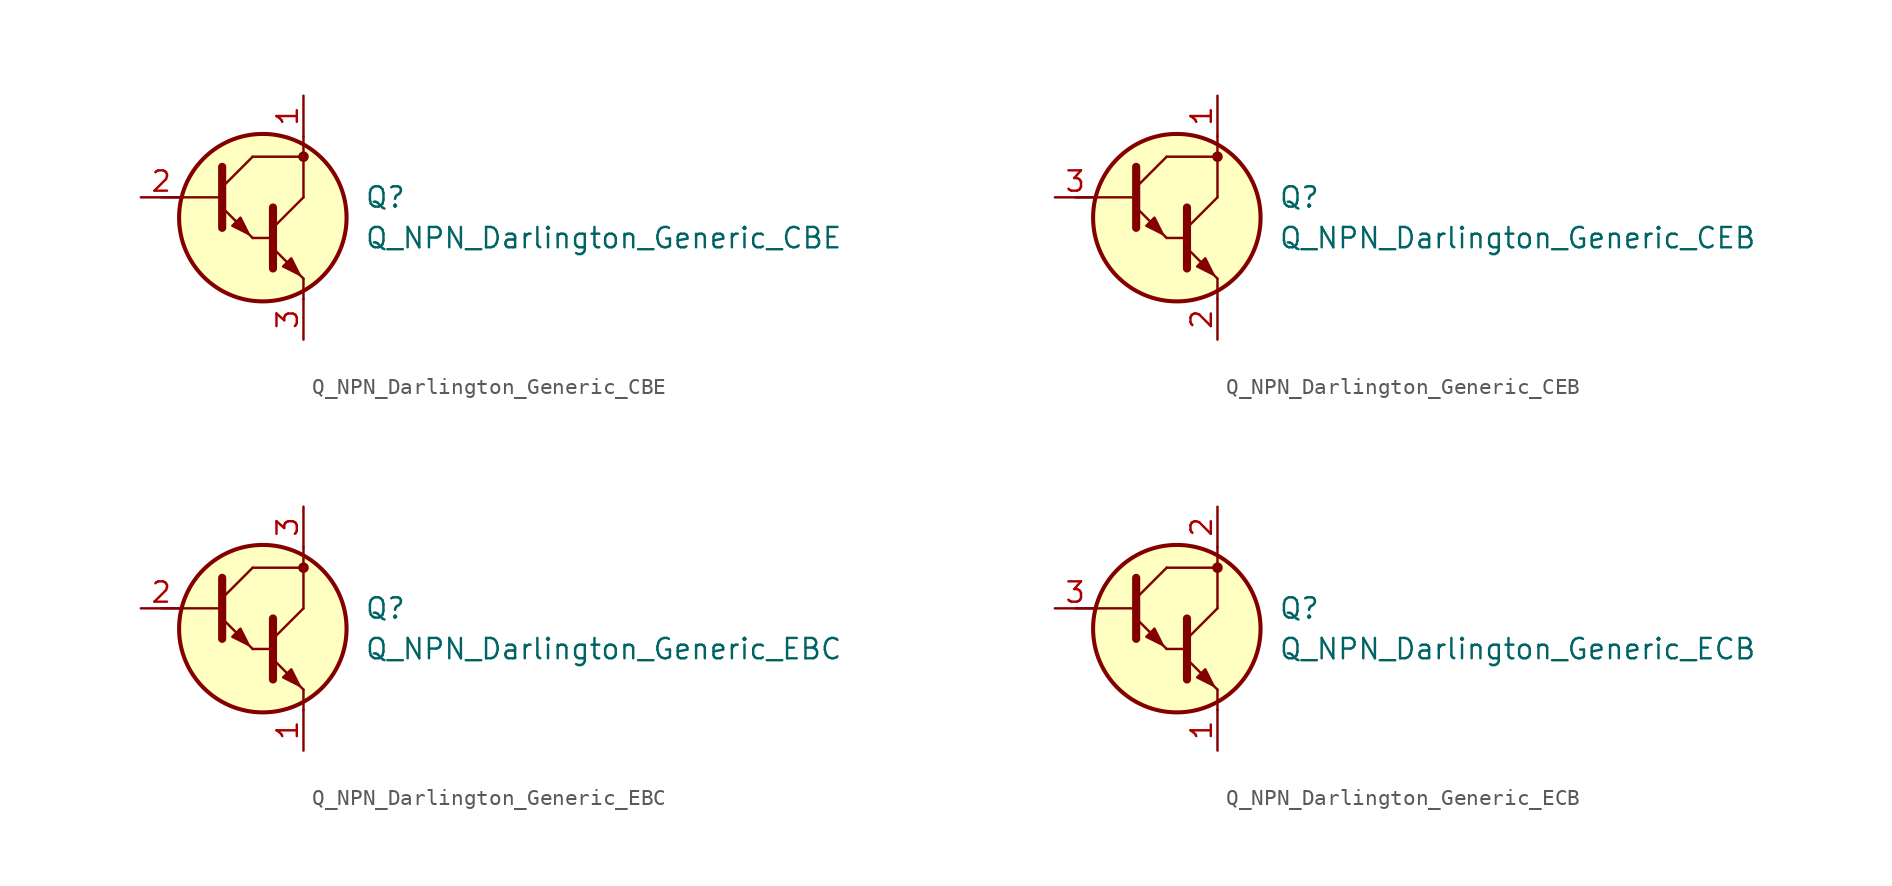
<source format=kicad_sym>
(kicad_symbol_lib
  (version 20211014)
  (generator kicad_symbol_editor)
  (symbol "Transistor_BJT_Darlington:Q_NPN_Darlington_Generic_CBE"
    (pin_names hide)
    (property "Reference" "Q"
      (at 6.35 1.27 0)
      (effects (font (size 1.27 1.27)) (justify left)))
    (property "Value" "Q_NPN_Darlington_Generic_CBE"
      (at 6.35 -1.27 0)
      (effects (font (size 1.27 1.27)) (justify left)))
    (symbol "Q_NPN_Darlington_Generic_CBE_0_1"
      (polyline (pts (xy -6.35 1.27) (xy -2.54 1.27)) (stroke (width 0) (type default) (color 0 0 0 0)) (fill (type none)))
      (polyline (pts (xy -0.635 -1.27) (xy 0.635 -1.27)) (stroke (width 0) (type default) (color 0 0 0 0)) (fill (type none)))
      (polyline (pts (xy 0.635 -0.635) (xy 2.54 1.27)) (stroke (width 0) (type default) (color 0 0 0 0)) (fill (type none)))
      (polyline (pts (xy 2.54 -5.08) (xy 2.54 -3.81)) (stroke (width 0) (type default) (color 0 0 0 0)) (fill (type none)))
      (polyline (pts (xy 2.54 3.81) (xy 2.54 5.08)) (stroke (width 0) (type default) (color 0 0 0 0)) (fill (type none)))
      (polyline (pts (xy -0.635 3.81) (xy 2.54 3.81) (xy 2.54 1.27)) (stroke (width 0) (type default) (color 0 0 0 0)) (fill (type none)))
      (polyline (pts (xy 0.635 -1.905) (xy 2.54 -3.81) (xy 2.54 -3.81)) (stroke (width 0) (type default) (color 0 0 0 0)) (fill (type none)))
      (polyline (pts (xy 0.635 0.635) (xy 0.635 -3.175) (xy 0.635 -3.175)) (stroke (width 0.508) (type default) (color 0 0 0 0)) (fill (type none)))
      (polyline (pts (xy 1.27 -3.048) (xy 1.778 -2.54) (xy 2.286 -3.556) (xy 1.27 -3.048) (xy 1.27 -3.048)) (stroke (width 0) (type default) (color 0 0 0 0)) (fill (type outline)))
      (circle (center 0 0) (radius 5.232) (stroke (width 0.254)) (stroke (width 0.254) (type default) (color 0 0 0 0)) (fill (type background)))
      (circle (center 2.54 3.81) (radius 0.254) (stroke (width 0)) (stroke (width 0) (type default) (color 0 0 0 0)) (fill (type outline))))
    (symbol "Q_NPN_Darlington_Generic_CBE_1_1"
      (polyline (pts (xy -2.54 1.905) (xy -0.635 3.81)) (stroke (width 0) (type default) (color 0 0 0 0)) (fill (type none)))
      (polyline (pts (xy -2.54 0.635) (xy -0.635 -1.27) (xy -0.635 -1.27)) (stroke (width 0) (type default) (color 0 0 0 0)) (fill (type none)))
      (polyline (pts (xy -2.54 3.175) (xy -2.54 -0.635) (xy -2.54 -0.635)) (stroke (width 0.508) (type default) (color 0 0 0 0)) (fill (type none)))
      (polyline (pts (xy -1.905 -0.508) (xy -1.397 0) (xy -0.889 -1.016) (xy -1.905 -0.508) (xy -1.905 -0.508)) (stroke (width 0) (type default) (color 0 0 0 0)) (fill (type outline)))
      (pin passive line (at 2.54 7.62 270) (length 2.54) (name "C" (effects (font (size 1.27 1.27)))) (number "1" (effects (font (size 1.27 1.27)))))
      (pin input line (at -7.62 1.27 0) (length 2.54) (name "B" (effects (font (size 1.27 1.27)))) (number "2" (effects (font (size 1.27 1.27)))))
      (pin passive line (at 2.54 -7.62 90) (length 2.54) (name "E" (effects (font (size 1.27 1.27)))) (number "3" (effects (font (size 1.27 1.27)))))))
  (symbol "Transistor_BJT_Darlington:Q_NPN_Darlington_Generic_CEB"
    (pin_names hide)
    (property "Reference" "Q"
      (at 6.35 1.27 0)
      (effects (font (size 1.27 1.27)) (justify left)))
    (property "Value" "Q_NPN_Darlington_Generic_CEB"
      (at 6.35 -1.27 0)
      (effects (font (size 1.27 1.27)) (justify left)))
    (symbol "Q_NPN_Darlington_Generic_CEB_0_1"
      (polyline (pts (xy -6.35 1.27) (xy -2.54 1.27)) (stroke (width 0) (type default) (color 0 0 0 0)) (fill (type none)))
      (polyline (pts (xy -0.635 -1.27) (xy 0.635 -1.27)) (stroke (width 0) (type default) (color 0 0 0 0)) (fill (type none)))
      (polyline (pts (xy 0.635 -0.635) (xy 2.54 1.27)) (stroke (width 0) (type default) (color 0 0 0 0)) (fill (type none)))
      (polyline (pts (xy 2.54 -5.08) (xy 2.54 -3.81)) (stroke (width 0) (type default) (color 0 0 0 0)) (fill (type none)))
      (polyline (pts (xy 2.54 3.81) (xy 2.54 5.08)) (stroke (width 0) (type default) (color 0 0 0 0)) (fill (type none)))
      (polyline (pts (xy -0.635 3.81) (xy 2.54 3.81) (xy 2.54 1.27)) (stroke (width 0) (type default) (color 0 0 0 0)) (fill (type none)))
      (polyline (pts (xy 0.635 -1.905) (xy 2.54 -3.81) (xy 2.54 -3.81)) (stroke (width 0) (type default) (color 0 0 0 0)) (fill (type none)))
      (polyline (pts (xy 0.635 0.635) (xy 0.635 -3.175) (xy 0.635 -3.175)) (stroke (width 0.508) (type default) (color 0 0 0 0)) (fill (type none)))
      (polyline (pts (xy 1.27 -3.048) (xy 1.778 -2.54) (xy 2.286 -3.556) (xy 1.27 -3.048) (xy 1.27 -3.048)) (stroke (width 0) (type default) (color 0 0 0 0)) (fill (type outline)))
      (circle (center 0 0) (radius 5.232) (stroke (width 0.254)) (stroke (width 0.254) (type default) (color 0 0 0 0)) (fill (type background)))
      (circle (center 2.54 3.81) (radius 0.254) (stroke (width 0)) (stroke (width 0) (type default) (color 0 0 0 0)) (fill (type outline))))
    (symbol "Q_NPN_Darlington_Generic_CEB_1_1"
      (polyline (pts (xy -2.54 1.905) (xy -0.635 3.81)) (stroke (width 0) (type default) (color 0 0 0 0)) (fill (type none)))
      (polyline (pts (xy -2.54 0.635) (xy -0.635 -1.27) (xy -0.635 -1.27)) (stroke (width 0) (type default) (color 0 0 0 0)) (fill (type none)))
      (polyline (pts (xy -2.54 3.175) (xy -2.54 -0.635) (xy -2.54 -0.635)) (stroke (width 0.508) (type default) (color 0 0 0 0)) (fill (type none)))
      (polyline (pts (xy -1.905 -0.508) (xy -1.397 0) (xy -0.889 -1.016) (xy -1.905 -0.508) (xy -1.905 -0.508)) (stroke (width 0) (type default) (color 0 0 0 0)) (fill (type outline)))
      (pin passive line (at 2.54 7.62 270) (length 2.54) (name "C" (effects (font (size 1.27 1.27)))) (number "1" (effects (font (size 1.27 1.27)))))
      (pin passive line (at 2.54 -7.62 90) (length 2.54) (name "E" (effects (font (size 1.27 1.27)))) (number "2" (effects (font (size 1.27 1.27)))))
      (pin input line (at -7.62 1.27 0) (length 2.54) (name "B" (effects (font (size 1.27 1.27)))) (number "3" (effects (font (size 1.27 1.27)))))))
  (symbol "Transistor_BJT_Darlington:Q_NPN_Darlington_Generic_EBC"
    (pin_names hide)
    (property "Reference" "Q"
      (at 6.35 1.27 0)
      (effects (font (size 1.27 1.27)) (justify left)))
    (property "Value" "Q_NPN_Darlington_Generic_EBC"
      (at 6.35 -1.27 0)
      (effects (font (size 1.27 1.27)) (justify left)))
    (symbol "Q_NPN_Darlington_Generic_EBC_0_1"
      (polyline (pts (xy -6.35 1.27) (xy -2.54 1.27)) (stroke (width 0) (type default) (color 0 0 0 0)) (fill (type none)))
      (polyline (pts (xy -0.635 -1.27) (xy 0.635 -1.27)) (stroke (width 0) (type default) (color 0 0 0 0)) (fill (type none)))
      (polyline (pts (xy 0.635 -0.635) (xy 2.54 1.27)) (stroke (width 0) (type default) (color 0 0 0 0)) (fill (type none)))
      (polyline (pts (xy 2.54 -5.08) (xy 2.54 -3.81)) (stroke (width 0) (type default) (color 0 0 0 0)) (fill (type none)))
      (polyline (pts (xy 2.54 3.81) (xy 2.54 5.08)) (stroke (width 0) (type default) (color 0 0 0 0)) (fill (type none)))
      (polyline (pts (xy -0.635 3.81) (xy 2.54 3.81) (xy 2.54 1.27)) (stroke (width 0) (type default) (color 0 0 0 0)) (fill (type none)))
      (polyline (pts (xy 0.635 -1.905) (xy 2.54 -3.81) (xy 2.54 -3.81)) (stroke (width 0) (type default) (color 0 0 0 0)) (fill (type none)))
      (polyline (pts (xy 0.635 0.635) (xy 0.635 -3.175) (xy 0.635 -3.175)) (stroke (width 0.508) (type default) (color 0 0 0 0)) (fill (type none)))
      (polyline (pts (xy 1.27 -3.048) (xy 1.778 -2.54) (xy 2.286 -3.556) (xy 1.27 -3.048) (xy 1.27 -3.048)) (stroke (width 0) (type default) (color 0 0 0 0)) (fill (type outline)))
      (circle (center 0 0) (radius 5.232) (stroke (width 0.254)) (stroke (width 0.254) (type default) (color 0 0 0 0)) (fill (type background)))
      (circle (center 2.54 3.81) (radius 0.254) (stroke (width 0)) (stroke (width 0) (type default) (color 0 0 0 0)) (fill (type outline))))
    (symbol "Q_NPN_Darlington_Generic_EBC_1_1"
      (polyline (pts (xy -2.54 1.905) (xy -0.635 3.81)) (stroke (width 0) (type default) (color 0 0 0 0)) (fill (type none)))
      (polyline (pts (xy -2.54 0.635) (xy -0.635 -1.27) (xy -0.635 -1.27)) (stroke (width 0) (type default) (color 0 0 0 0)) (fill (type none)))
      (polyline (pts (xy -2.54 3.175) (xy -2.54 -0.635) (xy -2.54 -0.635)) (stroke (width 0.508) (type default) (color 0 0 0 0)) (fill (type none)))
      (polyline (pts (xy -1.905 -0.508) (xy -1.397 0) (xy -0.889 -1.016) (xy -1.905 -0.508) (xy -1.905 -0.508)) (stroke (width 0) (type default) (color 0 0 0 0)) (fill (type outline)))
      (pin passive line (at 2.54 -7.62 90) (length 2.54) (name "E" (effects (font (size 1.27 1.27)))) (number "1" (effects (font (size 1.27 1.27)))))
      (pin input line (at -7.62 1.27 0) (length 2.54) (name "B" (effects (font (size 1.27 1.27)))) (number "2" (effects (font (size 1.27 1.27)))))
      (pin passive line (at 2.54 7.62 270) (length 2.54) (name "C" (effects (font (size 1.27 1.27)))) (number "3" (effects (font (size 1.27 1.27)))))))
  (symbol "Transistor_BJT_Darlington:Q_NPN_Darlington_Generic_ECB"
    (pin_names hide)
    (property "Reference" "Q"
      (at 6.35 1.27 0)
      (effects (font (size 1.27 1.27)) (justify left)))
    (property "Value" "Q_NPN_Darlington_Generic_ECB"
      (at 6.35 -1.27 0)
      (effects (font (size 1.27 1.27)) (justify left)))
    (symbol "Q_NPN_Darlington_Generic_ECB_0_1"
      (polyline (pts (xy -6.35 1.27) (xy -2.54 1.27)) (stroke (width 0) (type default) (color 0 0 0 0)) (fill (type none)))
      (polyline (pts (xy -0.635 -1.27) (xy 0.635 -1.27)) (stroke (width 0) (type default) (color 0 0 0 0)) (fill (type none)))
      (polyline (pts (xy 0.635 -0.635) (xy 2.54 1.27)) (stroke (width 0) (type default) (color 0 0 0 0)) (fill (type none)))
      (polyline (pts (xy 2.54 -5.08) (xy 2.54 -3.81)) (stroke (width 0) (type default) (color 0 0 0 0)) (fill (type none)))
      (polyline (pts (xy 2.54 3.81) (xy 2.54 5.08)) (stroke (width 0) (type default) (color 0 0 0 0)) (fill (type none)))
      (polyline (pts (xy -0.635 3.81) (xy 2.54 3.81) (xy 2.54 1.27)) (stroke (width 0) (type default) (color 0 0 0 0)) (fill (type none)))
      (polyline (pts (xy 0.635 -1.905) (xy 2.54 -3.81) (xy 2.54 -3.81)) (stroke (width 0) (type default) (color 0 0 0 0)) (fill (type none)))
      (polyline (pts (xy 0.635 0.635) (xy 0.635 -3.175) (xy 0.635 -3.175)) (stroke (width 0.508) (type default) (color 0 0 0 0)) (fill (type none)))
      (polyline (pts (xy 1.27 -3.048) (xy 1.778 -2.54) (xy 2.286 -3.556) (xy 1.27 -3.048) (xy 1.27 -3.048)) (stroke (width 0) (type default) (color 0 0 0 0)) (fill (type outline)))
      (circle (center 0 0) (radius 5.232) (stroke (width 0.254)) (stroke (width 0.254) (type default) (color 0 0 0 0)) (fill (type background)))
      (circle (center 2.54 3.81) (radius 0.254) (stroke (width 0)) (stroke (width 0) (type default) (color 0 0 0 0)) (fill (type outline))))
    (symbol "Q_NPN_Darlington_Generic_ECB_1_1"
      (polyline (pts (xy -2.54 1.905) (xy -0.635 3.81)) (stroke (width 0) (type default) (color 0 0 0 0)) (fill (type none)))
      (polyline (pts (xy -2.54 0.635) (xy -0.635 -1.27) (xy -0.635 -1.27)) (stroke (width 0) (type default) (color 0 0 0 0)) (fill (type none)))
      (polyline (pts (xy -2.54 3.175) (xy -2.54 -0.635) (xy -2.54 -0.635)) (stroke (width 0.508) (type default) (color 0 0 0 0)) (fill (type none)))
      (polyline (pts (xy -1.905 -0.508) (xy -1.397 0) (xy -0.889 -1.016) (xy -1.905 -0.508) (xy -1.905 -0.508)) (stroke (width 0) (type default) (color 0 0 0 0)) (fill (type outline)))
      (pin passive line (at 2.54 -7.62 90) (length 2.54) (name "E" (effects (font (size 1.27 1.27)))) (number "1" (effects (font (size 1.27 1.27)))))
      (pin passive line (at 2.54 7.62 270) (length 2.54) (name "C" (effects (font (size 1.27 1.27)))) (number "2" (effects (font (size 1.27 1.27)))))
      (pin input line (at -7.62 1.27 0) (length 2.54) (name "B" (effects (font (size 1.27 1.27)))) (number "3" (effects (font (size 1.27 1.27))))))))
</source>
